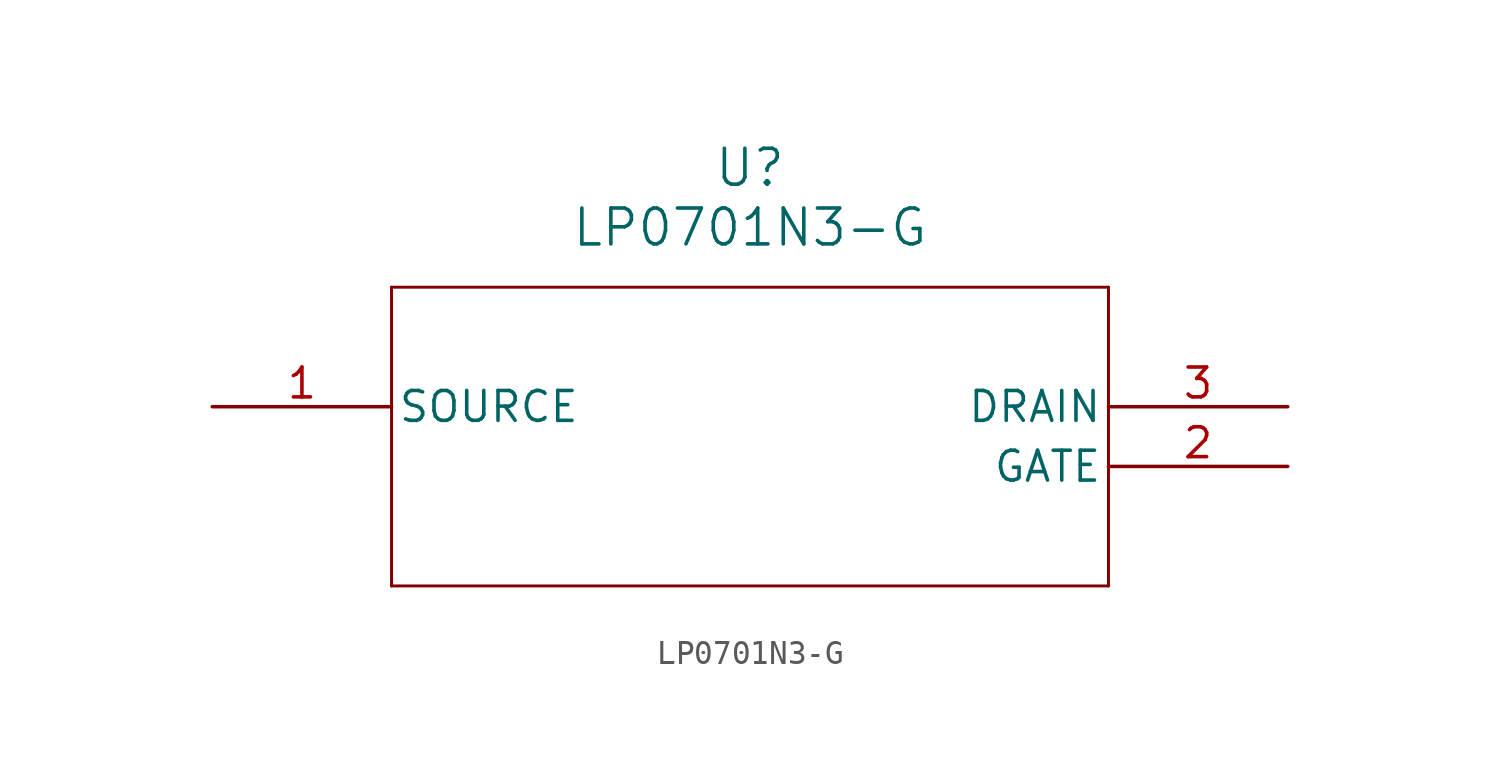
<source format=kicad_sym>
(kicad_symbol_lib
  (version 20211014)
  (generator kicad_symbol_editor)
  (symbol "LP0701N3-G"
    (pin_names
      (offset 0.254))
    (property "Reference" "U"
      (at 22.86 10.16 0)
      (effects (font (size 1.524 1.524))))
    (property "Value" "LP0701N3-G"
      (at 22.86 7.62 0)
      (effects (font (size 1.524 1.524))))
    (symbol "LP0701N3-G_0_1"
      (polyline (pts (xy 7.62 5.08) (xy 7.62 -7.62)) (stroke (width 0.127) (type default) (color 0 0 0 0)) (fill (type none)))
      (polyline (pts (xy 7.62 -7.62) (xy 38.1 -7.62)) (stroke (width 0.127) (type default) (color 0 0 0 0)) (fill (type none)))
      (polyline (pts (xy 38.1 -7.62) (xy 38.1 5.08)) (stroke (width 0.127) (type default) (color 0 0 0 0)) (fill (type none)))
      (polyline (pts (xy 38.1 5.08) (xy 7.62 5.08)) (stroke (width 0.127) (type default) (color 0 0 0 0)) (fill (type none)))
      (pin unspecified line (at 0 0 0) (length 7.62) (name "SOURCE" (effects (font (size 1.27 1.27)))) (number "1" (effects (font (size 1.27 1.27)))))
      (pin unspecified line (at 45.72 -2.54 180) (length 7.62) (name "GATE" (effects (font (size 1.27 1.27)))) (number "2" (effects (font (size 1.27 1.27)))))
      (pin unspecified line (at 45.72 0 180) (length 7.62) (name "DRAIN" (effects (font (size 1.27 1.27)))) (number "3" (effects (font (size 1.27 1.27))))))))
</source>
